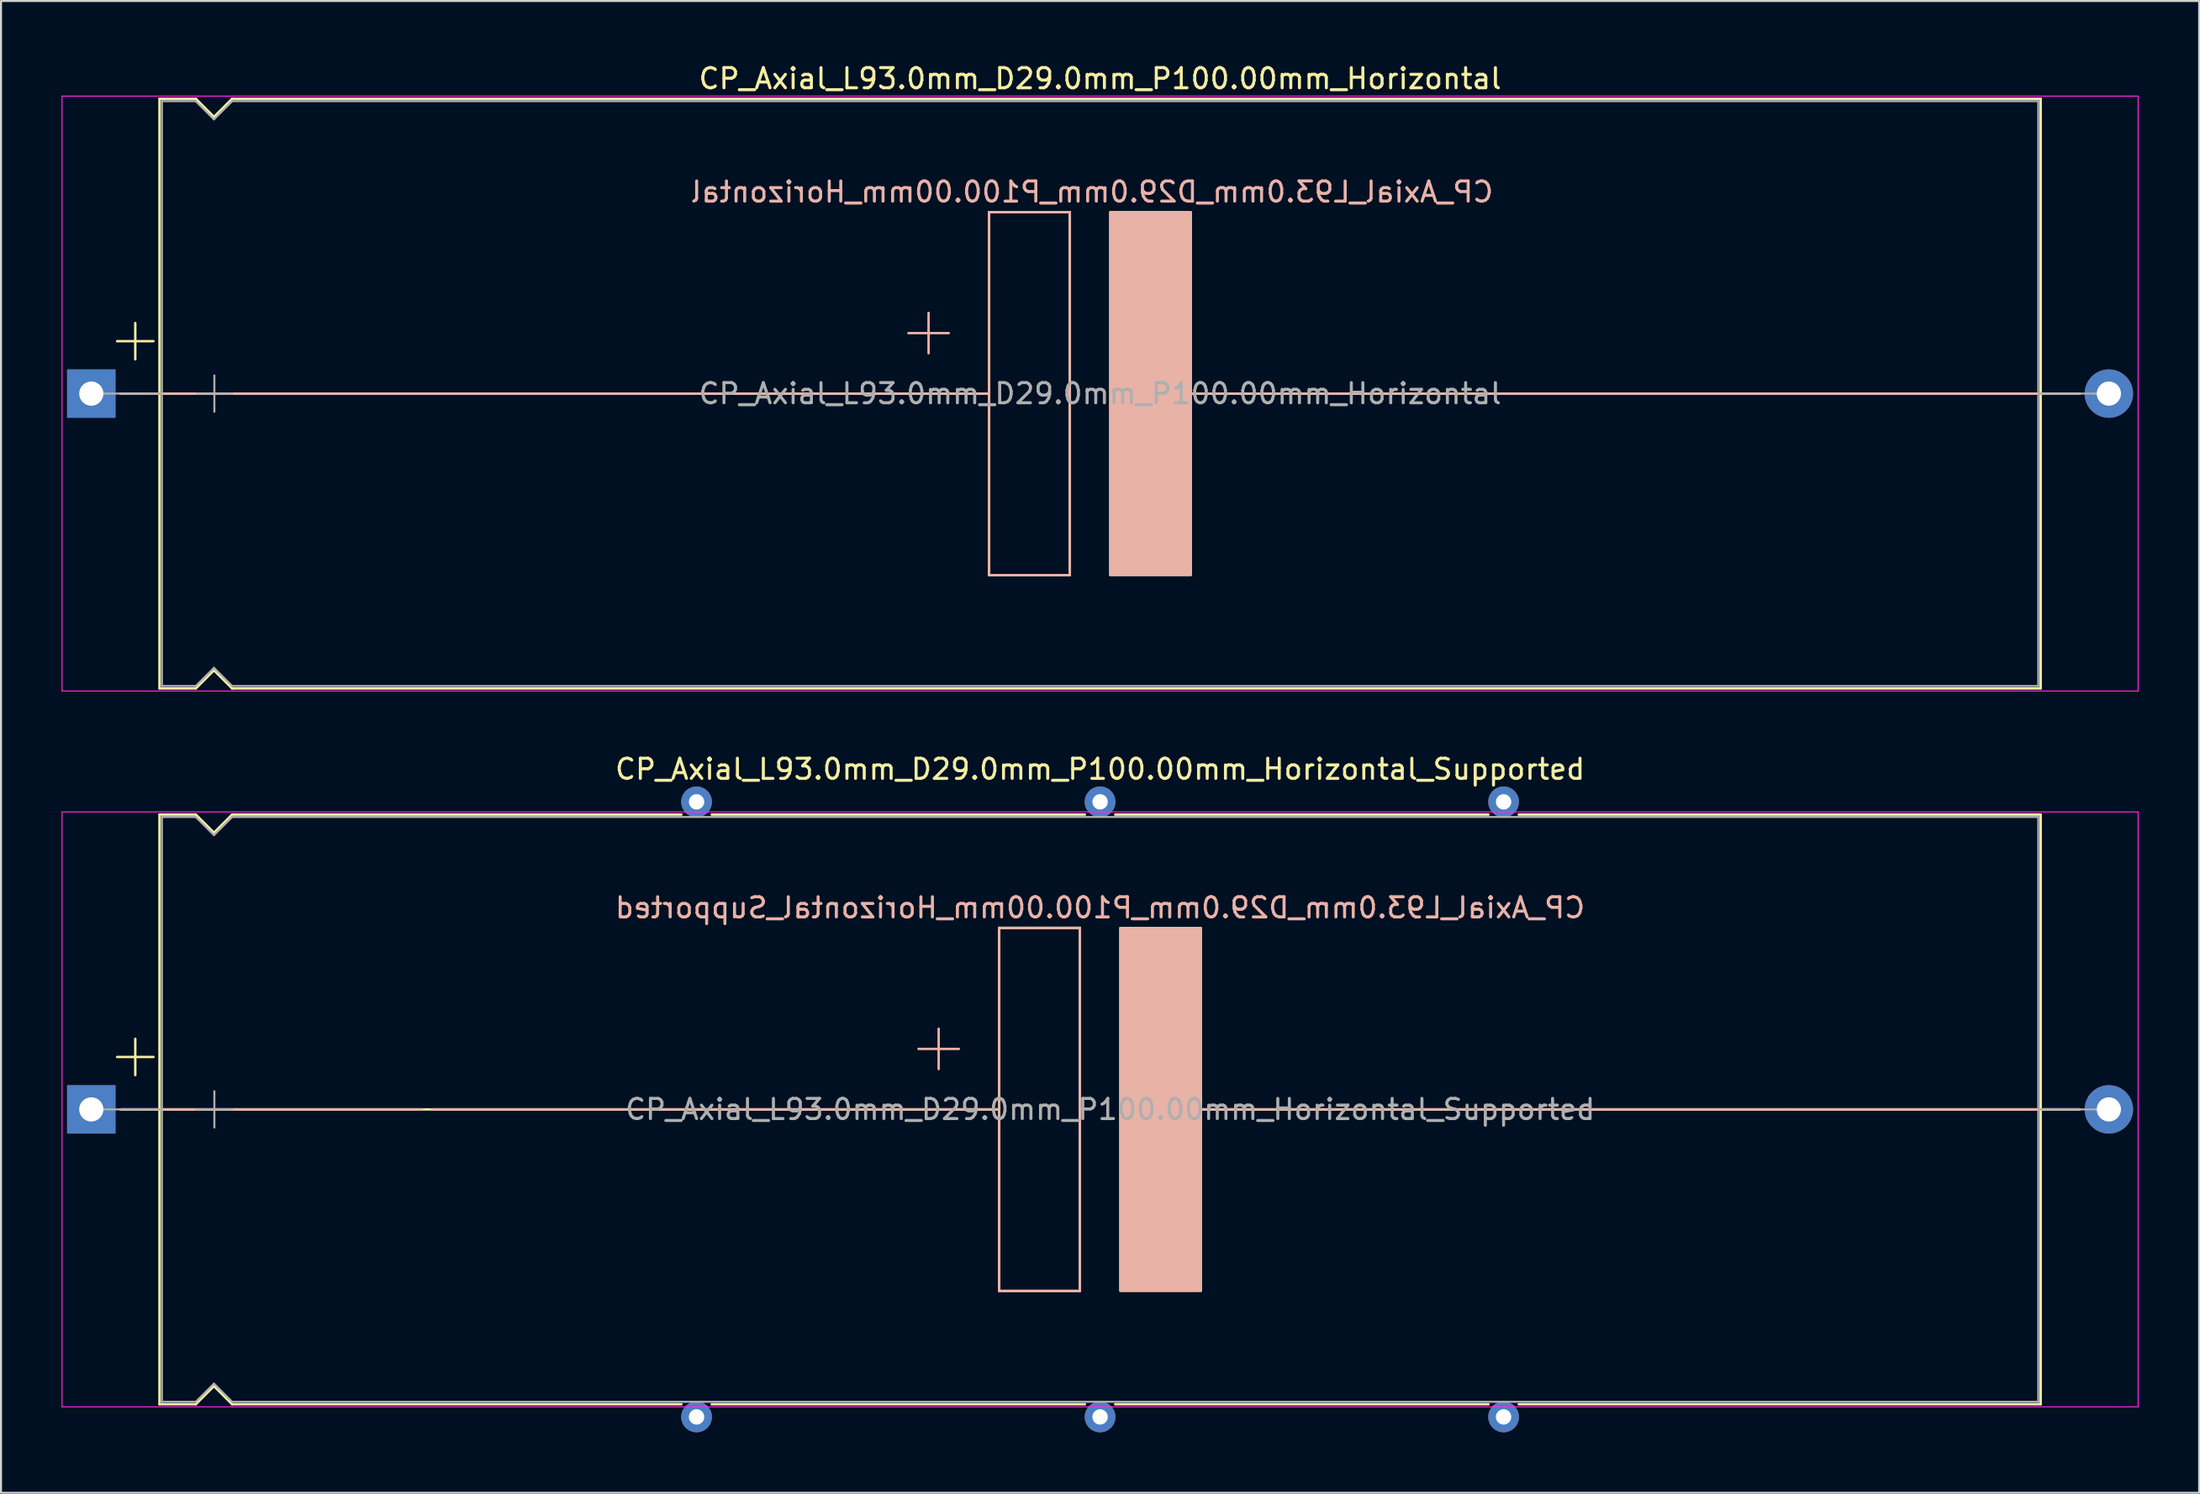
<source format=kicad_pcb>
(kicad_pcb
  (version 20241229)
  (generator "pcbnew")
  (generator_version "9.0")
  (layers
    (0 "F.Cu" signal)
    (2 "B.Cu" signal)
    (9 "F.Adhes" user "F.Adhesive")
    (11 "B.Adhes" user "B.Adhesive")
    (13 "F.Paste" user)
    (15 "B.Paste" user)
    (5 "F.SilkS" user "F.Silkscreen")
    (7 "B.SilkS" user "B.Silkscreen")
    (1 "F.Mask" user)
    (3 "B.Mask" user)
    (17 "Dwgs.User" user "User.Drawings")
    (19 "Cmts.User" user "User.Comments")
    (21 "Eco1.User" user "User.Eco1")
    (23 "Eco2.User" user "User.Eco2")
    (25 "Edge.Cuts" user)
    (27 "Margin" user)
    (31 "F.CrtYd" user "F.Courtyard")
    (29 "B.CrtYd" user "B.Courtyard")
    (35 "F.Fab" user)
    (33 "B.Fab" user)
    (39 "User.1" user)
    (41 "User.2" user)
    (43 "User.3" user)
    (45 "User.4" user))
  (footprint "CP_Axial_L93.0mm_D29.0mm_P100.00mm_Horizontal"
    (layer "F.Cu")
    (at 1.475 16.468)
    (property "Reference" "CP_Axial_L93.0mm_D29.0mm_P100.00mm_Horizontal" (at 50 -15.62 0) (layer "F.SilkS") (effects (font (size 1 1) (thickness 0.15))))
    (fp_line (start 1.28 -2.6) (end 3.08 -2.6) (stroke (width 0.12) (type solid)) (layer "F.SilkS"))
    (fp_line (start 1.44 0) (end 3.38 0) (stroke (width 0.12) (type solid)) (layer "F.SilkS"))
    (fp_line (start 2.18 -3.5) (end 2.18 -1.7) (stroke (width 0.12) (type solid)) (layer "F.SilkS"))
    (fp_line (start 3.38 -14.62) (end 3.38 14.62) (stroke (width 0.12) (type solid)) (layer "F.SilkS"))
    (fp_line (start 3.38 -14.62) (end 5.18 -14.62) (stroke (width 0.12) (type solid)) (layer "F.SilkS"))
    (fp_line (start 3.38 0) (end 44.5 0) (stroke (width 0.12) (type solid)) (layer "F.SilkS"))
    (fp_line (start 3.38 14.62) (end 5.18 14.62) (stroke (width 0.12) (type solid)) (layer "F.SilkS"))
    (fp_line (start 5.18 -14.62) (end 6.08 -13.72) (stroke (width 0.12) (type solid)) (layer "F.SilkS"))
    (fp_line (start 5.18 14.62) (end 6.08 13.72) (stroke (width 0.12) (type solid)) (layer "F.SilkS"))
    (fp_line (start 6.08 -13.72) (end 6.98 -14.62) (stroke (width 0.12) (type solid)) (layer "F.SilkS"))
    (fp_line (start 6.08 13.72) (end 6.98 14.62) (stroke (width 0.12) (type solid)) (layer "F.SilkS"))
    (fp_line (start 6.98 -14.62) (end 96.62 -14.62) (stroke (width 0.12) (type solid)) (layer "F.SilkS"))
    (fp_line (start 6.98 14.62) (end 96.62 14.62) (stroke (width 0.12) (type solid)) (layer "F.SilkS"))
    (fp_line (start 44.5 -9) (end 48.5 -9) (stroke (width 0.12) (type solid)) (layer "F.SilkS"))
    (fp_line (start 44.5 9) (end 44.5 -9) (stroke (width 0.12) (type solid)) (layer "F.SilkS"))
    (fp_line (start 48.5 -9) (end 48.5 9) (stroke (width 0.12) (type solid)) (layer "F.SilkS"))
    (fp_line (start 48.5 9) (end 44.5 9) (stroke (width 0.12) (type solid)) (layer "F.SilkS"))
    (fp_line (start 54.5 0) (end 96.62 0) (stroke (width 0.12) (type solid)) (layer "F.SilkS"))
    (fp_line (start 96.62 -14.62) (end 96.62 14.62) (stroke (width 0.12) (type solid)) (layer "F.SilkS"))
    (fp_line (start 98.56 0) (end 96.62 0) (stroke (width 0.12) (type solid)) (layer "F.SilkS"))
    (fp_poly (pts (xy 54.5 9) (xy 50.5 9) (xy 50.5 -9) (xy 54.5 -9)) (stroke (width 0.1) (type solid)) (fill yes) (layer "F.SilkS"))
    (fp_line (start 1.5 0) (end 16.38 0) (stroke (width 0.12) (type solid)) (layer "B.SilkS"))
    (fp_line (start 16.38 0) (end 44.5 0) (stroke (width 0.12) (type solid)) (layer "B.SilkS"))
    (fp_line (start 41.5 -2) (end 41.5 -4) (stroke (width 0.12) (type solid)) (layer "B.SilkS"))
    (fp_line (start 42.5 -3) (end 40.5 -3) (stroke (width 0.12) (type solid)) (layer "B.SilkS"))
    (fp_line (start 44.5 -9) (end 48.5 -9) (stroke (width 0.12) (type solid)) (layer "B.SilkS"))
    (fp_line (start 44.5 9) (end 44.5 -9) (stroke (width 0.12) (type solid)) (layer "B.SilkS"))
    (fp_line (start 48.5 -9) (end 48.5 9) (stroke (width 0.12) (type solid)) (layer "B.SilkS"))
    (fp_line (start 48.5 9) (end 44.5 9) (stroke (width 0.12) (type solid)) (layer "B.SilkS"))
    (fp_line (start 54.5 0) (end 83.62 0) (stroke (width 0.12) (type solid)) (layer "B.SilkS"))
    (fp_line (start 98.5 0) (end 83.62 0) (stroke (width 0.12) (type solid)) (layer "B.SilkS"))
    (fp_poly (pts (xy 54.5 9) (xy 50.5 9) (xy 50.5 -9) (xy 54.5 -9)) (stroke (width 0.1) (type solid)) (fill yes) (layer "B.SilkS"))
    (fp_line (start -1.45 -14.75) (end -1.45 14.75) (stroke (width 0.05) (type solid)) (layer "F.CrtYd"))
    (fp_line (start -1.45 14.75) (end 101.45 14.75) (stroke (width 0.05) (type solid)) (layer "F.CrtYd"))
    (fp_line (start 101.45 -14.75) (end -1.45 -14.75) (stroke (width 0.05) (type solid)) (layer "F.CrtYd"))
    (fp_line (start 101.45 14.75) (end 101.45 -14.75) (stroke (width 0.05) (type solid)) (layer "F.CrtYd"))
    (fp_line (start 0 0) (end 3.5 0) (stroke (width 0.1) (type solid)) (layer "F.Fab"))
    (fp_line (start 3.5 -14.5) (end 3.5 14.5) (stroke (width 0.1) (type solid)) (layer "F.Fab"))
    (fp_line (start 3.5 -14.5) (end 5.18 -14.5) (stroke (width 0.1) (type solid)) (layer "F.Fab"))
    (fp_line (start 3.5 14.5) (end 5.18 14.5) (stroke (width 0.1) (type solid)) (layer "F.Fab"))
    (fp_line (start 5.18 -14.5) (end 6.08 -13.6) (stroke (width 0.1) (type solid)) (layer "F.Fab"))
    (fp_line (start 5.18 14.5) (end 6.08 13.6) (stroke (width 0.1) (type solid)) (layer "F.Fab"))
    (fp_line (start 5.2 0) (end 7 0) (stroke (width 0.1) (type solid)) (layer "F.Fab"))
    (fp_line (start 6.08 -13.6) (end 6.98 -14.5) (stroke (width 0.1) (type solid)) (layer "F.Fab"))
    (fp_line (start 6.08 13.6) (end 6.98 14.5) (stroke (width 0.1) (type solid)) (layer "F.Fab"))
    (fp_line (start 6.1 -0.9) (end 6.1 0.9) (stroke (width 0.1) (type solid)) (layer "F.Fab"))
    (fp_line (start 6.98 -14.5) (end 96.5 -14.5) (stroke (width 0.1) (type solid)) (layer "F.Fab"))
    (fp_line (start 6.98 14.5) (end 96.5 14.5) (stroke (width 0.1) (type solid)) (layer "F.Fab"))
    (fp_line (start 96.5 -14.5) (end 96.5 14.5) (stroke (width 0.1) (type solid)) (layer "F.Fab"))
    (fp_line (start 100 0) (end 96.5 0) (stroke (width 0.1) (type solid)) (layer "F.Fab"))
    (fp_text user "${REFERENCE}" (at 49.6 -10 0) (layer "B.SilkS") (effects (font (size 1 1) (thickness 0.15)) (justify mirror)))
    (fp_text user "${REFERENCE}" (at 50 0 0) (layer "F.Fab") (effects (font (size 1 1) (thickness 0.15))))
    (pad "1" thru_hole rect (at 0 0) (size 2.4 2.4) (drill 1.2) (layers "*.Cu" "*.Mask"))
    (pad "2" thru_hole oval (at 100 0) (size 2.4 2.4) (drill 1.2) (layers "*.Cu" "*.Mask")))
  (footprint "CP_Axial_L93.0mm_D29.0mm_P100.00mm_Horizontal_Supported"
    (layer "F.Cu")
    (at 1.475 51.962)
    (property "Reference" "CP_Axial_L93.0mm_D29.0mm_P100.00mm_Horizontal_Supported" (at 50 -16.87 0) (layer "F.SilkS") (effects (font (size 1 1) (thickness 0.15))))
    (fp_line (start 1.28 -2.6) (end 3.08 -2.6) (stroke (width 0.12) (type solid)) (layer "F.SilkS"))
    (fp_line (start 1.44 0) (end 3.38 0) (stroke (width 0.12) (type solid)) (layer "F.SilkS"))
    (fp_line (start 2.18 -3.5) (end 2.18 -1.7) (stroke (width 0.12) (type solid)) (layer "F.SilkS"))
    (fp_line (start 3.38 -14.62) (end 3.38 14.62) (stroke (width 0.12) (type solid)) (layer "F.SilkS"))
    (fp_line (start 3.38 -14.62) (end 5.18 -14.62) (stroke (width 0.12) (type solid)) (layer "F.SilkS"))
    (fp_line (start 3.38 0) (end 45 0) (stroke (width 0.12) (type solid)) (layer "F.SilkS"))
    (fp_line (start 3.38 14.62) (end 5.18 14.62) (stroke (width 0.12) (type solid)) (layer "F.SilkS"))
    (fp_line (start 5.18 -14.62) (end 6.08 -13.72) (stroke (width 0.12) (type solid)) (layer "F.SilkS"))
    (fp_line (start 5.18 14.62) (end 6.08 13.72) (stroke (width 0.12) (type solid)) (layer "F.SilkS"))
    (fp_line (start 6.08 -13.72) (end 6.98 -14.62) (stroke (width 0.12) (type solid)) (layer "F.SilkS"))
    (fp_line (start 6.08 13.72) (end 6.98 14.62) (stroke (width 0.12) (type solid)) (layer "F.SilkS"))
    (fp_line (start 6.98 -14.62) (end 29.25 -14.62) (stroke (width 0.12) (type solid)) (layer "F.SilkS"))
    (fp_line (start 6.98 14.62) (end 29.25 14.62) (stroke (width 0.12) (type solid)) (layer "F.SilkS"))
    (fp_line (start 30.75 -14.62) (end 49.25 -14.62) (stroke (width 0.12) (type solid)) (layer "F.SilkS"))
    (fp_line (start 30.75 14.62) (end 49.25 14.62) (stroke (width 0.12) (type solid)) (layer "F.SilkS"))
    (fp_line (start 45 -9) (end 49 -9) (stroke (width 0.12) (type solid)) (layer "F.SilkS"))
    (fp_line (start 45 9) (end 45 -9) (stroke (width 0.12) (type solid)) (layer "F.SilkS"))
    (fp_line (start 49 -9) (end 49 9) (stroke (width 0.12) (type solid)) (layer "F.SilkS"))
    (fp_line (start 49 9) (end 45 9) (stroke (width 0.12) (type solid)) (layer "F.SilkS"))
    (fp_line (start 50.75 -14.62) (end 69.25 -14.62) (stroke (width 0.12) (type solid)) (layer "F.SilkS"))
    (fp_line (start 50.75 14.62) (end 69.25 14.62) (stroke (width 0.12) (type solid)) (layer "F.SilkS"))
    (fp_line (start 54.5 0) (end 96.62 0) (stroke (width 0.12) (type solid)) (layer "F.SilkS"))
    (fp_line (start 70.75 -14.62) (end 96.62 -14.62) (stroke (width 0.12) (type solid)) (layer "F.SilkS"))
    (fp_line (start 70.75 14.62) (end 96.62 14.62) (stroke (width 0.12) (type solid)) (layer "F.SilkS"))
    (fp_line (start 96.62 -14.62) (end 96.62 14.62) (stroke (width 0.12) (type solid)) (layer "F.SilkS"))
    (fp_line (start 98.56 0) (end 96.62 0) (stroke (width 0.12) (type solid)) (layer "F.SilkS"))
    (fp_poly (pts (xy 55 9) (xy 51 9) (xy 51 -9) (xy 55 -9)) (stroke (width 0.1) (type solid)) (fill yes) (layer "F.SilkS"))
    (fp_line (start 1.5 0) (end 16.38 0) (stroke (width 0.12) (type solid)) (layer "B.SilkS"))
    (fp_line (start 16.88 0) (end 45 0) (stroke (width 0.12) (type solid)) (layer "B.SilkS"))
    (fp_line (start 42 -2) (end 42 -4) (stroke (width 0.12) (type solid)) (layer "B.SilkS"))
    (fp_line (start 43 -3) (end 41 -3) (stroke (width 0.12) (type solid)) (layer "B.SilkS"))
    (fp_line (start 45 -9) (end 49 -9) (stroke (width 0.12) (type solid)) (layer "B.SilkS"))
    (fp_line (start 45 9) (end 45 -9) (stroke (width 0.12) (type solid)) (layer "B.SilkS"))
    (fp_line (start 49 -9) (end 49 9) (stroke (width 0.12) (type solid)) (layer "B.SilkS"))
    (fp_line (start 49 9) (end 45 9) (stroke (width 0.12) (type solid)) (layer "B.SilkS"))
    (fp_line (start 55 0) (end 84.12 0) (stroke (width 0.12) (type solid)) (layer "B.SilkS"))
    (fp_line (start 98.5 0) (end 84.12 0) (stroke (width 0.12) (type solid)) (layer "B.SilkS"))
    (fp_poly (pts (xy 55 9) (xy 51 9) (xy 51 -9) (xy 55 -9)) (stroke (width 0.1) (type solid)) (fill yes) (layer "B.SilkS"))
    (fp_line (start -1.45 -14.75) (end -1.45 14.75) (stroke (width 0.05) (type solid)) (layer "F.CrtYd"))
    (fp_line (start -1.45 14.75) (end 101.45 14.75) (stroke (width 0.05) (type solid)) (layer "F.CrtYd"))
    (fp_line (start 101.45 -14.75) (end -1.45 -14.75) (stroke (width 0.05) (type solid)) (layer "F.CrtYd"))
    (fp_line (start 101.45 14.75) (end 101.45 -14.75) (stroke (width 0.05) (type solid)) (layer "F.CrtYd"))
    (fp_line (start 0 0) (end 3.5 0) (stroke (width 0.1) (type solid)) (layer "F.Fab"))
    (fp_line (start 3.5 -14.5) (end 3.5 14.5) (stroke (width 0.1) (type solid)) (layer "F.Fab"))
    (fp_line (start 3.5 -14.5) (end 5.18 -14.5) (stroke (width 0.1) (type solid)) (layer "F.Fab"))
    (fp_line (start 3.5 14.5) (end 5.18 14.5) (stroke (width 0.1) (type solid)) (layer "F.Fab"))
    (fp_line (start 5.18 -14.5) (end 6.08 -13.6) (stroke (width 0.1) (type solid)) (layer "F.Fab"))
    (fp_line (start 5.18 14.5) (end 6.08 13.6) (stroke (width 0.1) (type solid)) (layer "F.Fab"))
    (fp_line (start 5.2 0) (end 7 0) (stroke (width 0.1) (type solid)) (layer "F.Fab"))
    (fp_line (start 6.08 -13.6) (end 6.98 -14.5) (stroke (width 0.1) (type solid)) (layer "F.Fab"))
    (fp_line (start 6.08 13.6) (end 6.98 14.5) (stroke (width 0.1) (type solid)) (layer "F.Fab"))
    (fp_line (start 6.1 -0.9) (end 6.1 0.9) (stroke (width 0.1) (type solid)) (layer "F.Fab"))
    (fp_line (start 6.98 -14.5) (end 96.5 -14.5) (stroke (width 0.1) (type solid)) (layer "F.Fab"))
    (fp_line (start 6.98 14.5) (end 96.5 14.5) (stroke (width 0.1) (type solid)) (layer "F.Fab"))
    (fp_line (start 96.5 -14.5) (end 96.5 14.5) (stroke (width 0.1) (type solid)) (layer "F.Fab"))
    (fp_line (start 100 0) (end 96.5 0) (stroke (width 0.1) (type solid)) (layer "F.Fab"))
    (fp_text user "${REFERENCE}" (at 50 -10 0) (layer "B.SilkS") (effects (font (size 1 1) (thickness 0.15)) (justify mirror)))
    (fp_text user "${REFERENCE}" (at 50.5 0 0) (layer "F.Fab") (effects (font (size 1 1) (thickness 0.15))))
    (pad "" thru_hole circle (at 30 -15.25) (size 1.524 1.524) (drill 0.762) (layers "*.Cu" "*.Mask"))
    (pad "" thru_hole circle (at 30 15.25) (size 1.524 1.524) (drill 0.762) (layers "*.Cu" "*.Mask"))
    (pad "" thru_hole circle (at 50 -15.25) (size 1.524 1.524) (drill 0.762) (layers "*.Cu" "*.Mask"))
    (pad "" thru_hole circle (at 50 15.25) (size 1.524 1.524) (drill 0.762) (layers "*.Cu" "*.Mask"))
    (pad "" thru_hole circle (at 70 -15.25) (size 1.524 1.524) (drill 0.762) (layers "*.Cu" "*.Mask"))
    (pad "" thru_hole circle (at 70 15.25) (size 1.524 1.524) (drill 0.762) (layers "*.Cu" "*.Mask"))
    (pad "1" thru_hole rect (at 0 0) (size 2.4 2.4) (drill 1.2) (layers "*.Cu" "*.Mask"))
    (pad "2" thru_hole oval (at 100 0) (size 2.4 2.4) (drill 1.2) (layers "*.Cu" "*.Mask")))
  (gr_rect
    (start -3 -3)
    (end 105.95 70.974)
    (stroke (width 0.1) (type default))
    (fill no)
    (layer "Edge.Cuts")))
</source>
